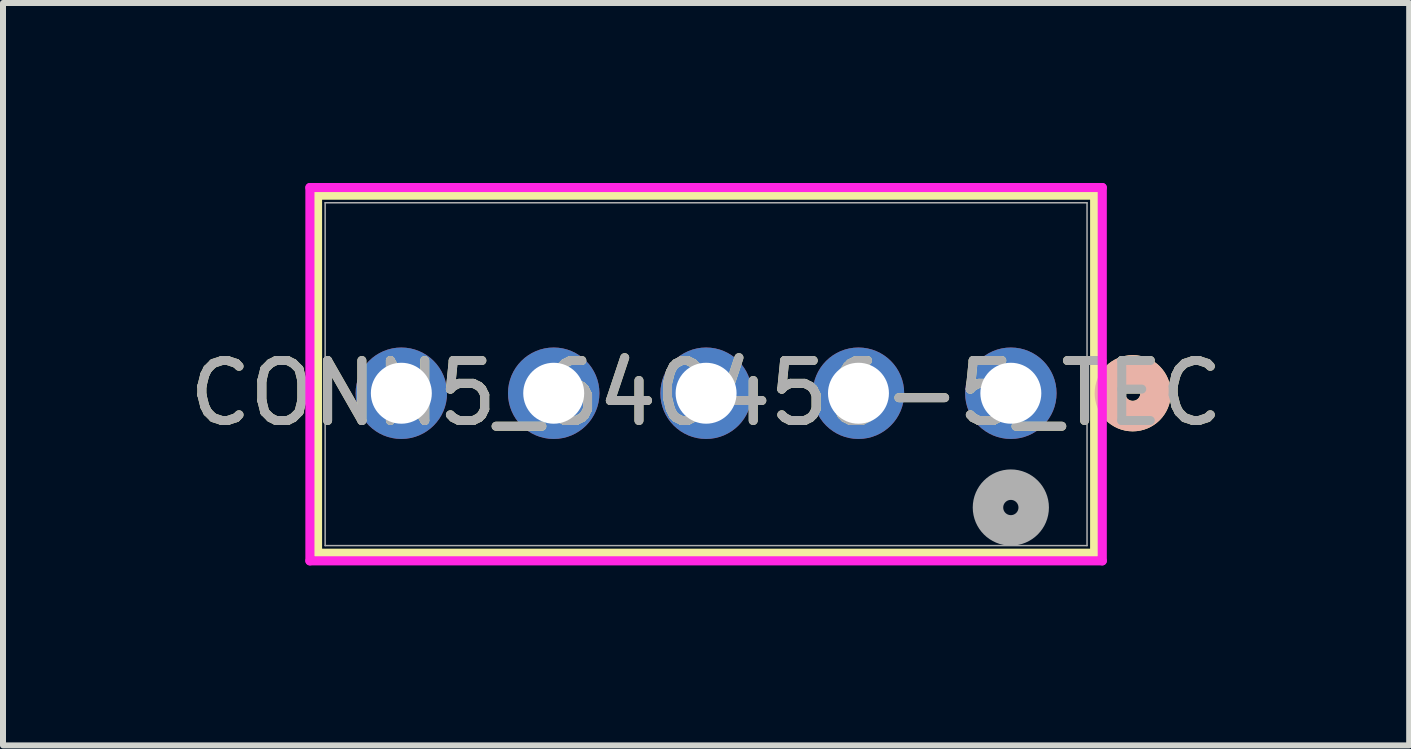
<source format=kicad_pcb>
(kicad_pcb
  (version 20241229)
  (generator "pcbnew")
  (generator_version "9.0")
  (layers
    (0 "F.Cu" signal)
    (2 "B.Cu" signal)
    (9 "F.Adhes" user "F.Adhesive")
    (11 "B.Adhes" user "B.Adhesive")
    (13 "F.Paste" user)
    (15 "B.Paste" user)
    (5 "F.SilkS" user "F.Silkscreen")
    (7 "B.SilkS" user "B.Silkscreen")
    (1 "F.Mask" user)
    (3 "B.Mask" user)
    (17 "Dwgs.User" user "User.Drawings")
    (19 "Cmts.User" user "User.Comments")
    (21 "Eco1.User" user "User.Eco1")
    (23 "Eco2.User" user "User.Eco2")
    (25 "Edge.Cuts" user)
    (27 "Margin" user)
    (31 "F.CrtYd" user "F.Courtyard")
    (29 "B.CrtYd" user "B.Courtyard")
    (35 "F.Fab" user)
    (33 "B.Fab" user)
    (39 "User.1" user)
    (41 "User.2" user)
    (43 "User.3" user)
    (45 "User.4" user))
  (footprint "CONN5_640456-5_TEC"
    (layer "F.Cu")
    (at 13.8 3.505)
    (property "Reference" "CONN5_640456-5_TEC" (at -5.08 0 0) (unlocked yes) (layer "F.SilkS") (effects (font (size 1 1) (thickness 0.15))))
    (attr through_hole)
    (fp_line (start -11.557 -3.302) (end -11.557 2.667) (stroke (width 0.152) (type solid)) (layer "F.SilkS"))
    (fp_line (start -11.557 2.667) (end 1.397 2.667) (stroke (width 0.152) (type solid)) (layer "F.SilkS"))
    (fp_line (start 1.397 -3.302) (end -11.557 -3.302) (stroke (width 0.152) (type solid)) (layer "F.SilkS"))
    (fp_line (start 1.397 2.667) (end 1.397 -3.302) (stroke (width 0.152) (type solid)) (layer "F.SilkS"))
    (fp_circle (center 2.032 0) (end 2.413 0) (stroke (width 0.508) (type solid)) (fill no) (layer "F.SilkS"))
    (fp_circle (center 2.032 0) (end 2.413 0) (stroke (width 0.508) (type solid)) (fill no) (layer "B.SilkS"))
    (fp_line (start -11.684 -3.429) (end -11.684 2.794) (stroke (width 0.152) (type solid)) (layer "F.CrtYd"))
    (fp_line (start -11.684 2.794) (end 1.524 2.794) (stroke (width 0.152) (type solid)) (layer "F.CrtYd"))
    (fp_line (start 1.524 -3.429) (end -11.684 -3.429) (stroke (width 0.152) (type solid)) (layer "F.CrtYd"))
    (fp_line (start 1.524 2.794) (end 1.524 -3.429) (stroke (width 0.152) (type solid)) (layer "F.CrtYd"))
    (fp_line (start -11.43 -3.175) (end -11.43 2.54) (stroke (width 0.025) (type solid)) (layer "F.Fab"))
    (fp_line (start -11.43 2.54) (end 1.27 2.54) (stroke (width 0.025) (type solid)) (layer "F.Fab"))
    (fp_line (start 1.27 -3.175) (end -11.43 -3.175) (stroke (width 0.025) (type solid)) (layer "F.Fab"))
    (fp_line (start 1.27 2.54) (end 1.27 -3.175) (stroke (width 0.025) (type solid)) (layer "F.Fab"))
    (fp_circle (center 0 1.905) (end 0.381 1.905) (stroke (width 0.508) (type solid)) (fill no) (layer "F.Fab"))
    (fp_text user "${REFERENCE}" (at -5.08 0 0) (unlocked yes) (layer "F.Fab") (effects (font (size 1 1) (thickness 0.15))))
    (pad "1" thru_hole circle (at 0 0) (size 1.524 1.524) (drill 1.016) (layers "*.Cu" "*.Mask"))
    (pad "2" thru_hole circle (at -2.54 0) (size 1.524 1.524) (drill 1.016) (layers "*.Cu" "*.Mask"))
    (pad "3" thru_hole circle (at -5.08 0) (size 1.524 1.524) (drill 1.016) (layers "*.Cu" "*.Mask"))
    (pad "4" thru_hole circle (at -7.62 0) (size 1.524 1.524) (drill 1.016) (layers "*.Cu" "*.Mask"))
    (pad "5" thru_hole circle (at -10.16 0) (size 1.524 1.524) (drill 1.016) (layers "*.Cu" "*.Mask")))
  (gr_rect
    (start -3 -3)
    (end 20.44 9.375)
    (stroke (width 0.1) (type default))
    (fill no)
    (layer "Edge.Cuts")))
</source>
